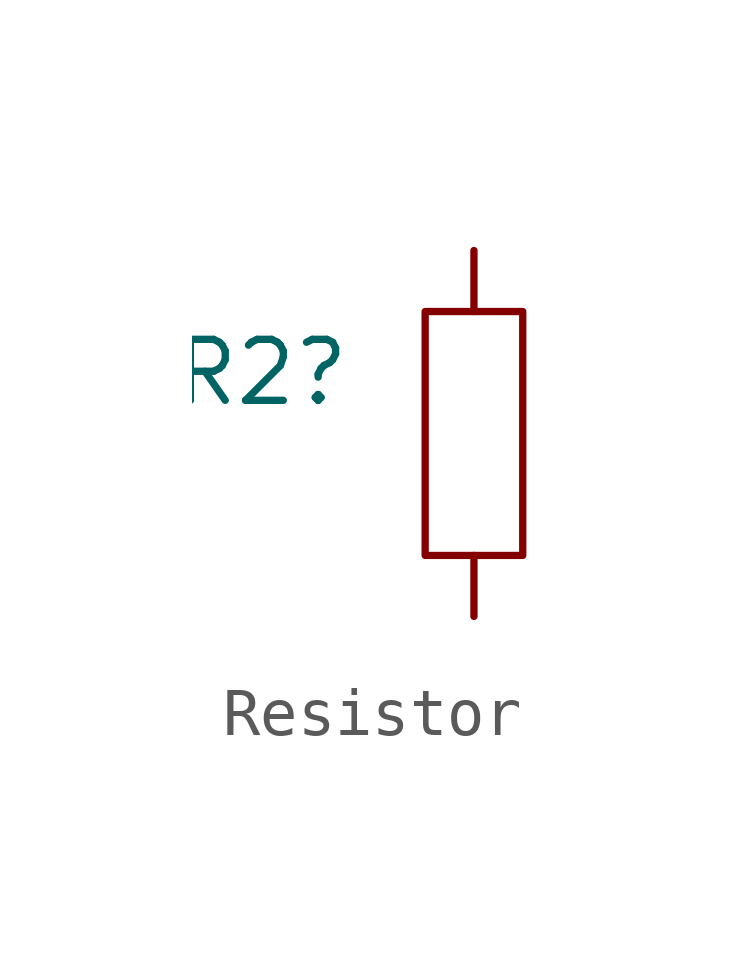
<source format=kicad_sym>
(kicad_symbol_lib
  (version 20231120)
  (generator "kicad_symbol_editor")
  (generator_version "8.0")
  (symbol "Resistor"
    (pin_numbers hide)
    (pin_names
      (offset 0))
    (property "Reference" "R2"
      (at -2.54 1.27 0)
      (effects (font (size 1.27 1.27)) (justify right)))
    (property "Value" ""
      (at -2.54 -1.27 0)
      (effects (font (size 1.27 1.27)) (justify right)))
    (symbol "Resistor_1_1"
      (rectangle (start -1.016 2.54) (end 1.016 -2.54) (stroke (width 0) (type default)) (fill (type none)))
      (pin passive line (at 0 3.81 270) (length 1.27) (name "~" (effects (font (size 1.27 1.27)))) (number "1" (effects (font (size 1.27 1.27)))))
      (pin passive line (at 0 -3.81 90) (length 1.27) (name "~" (effects (font (size 1.27 1.27)))) (number "2" (effects (font (size 1.27 1.27))))))))
</source>
